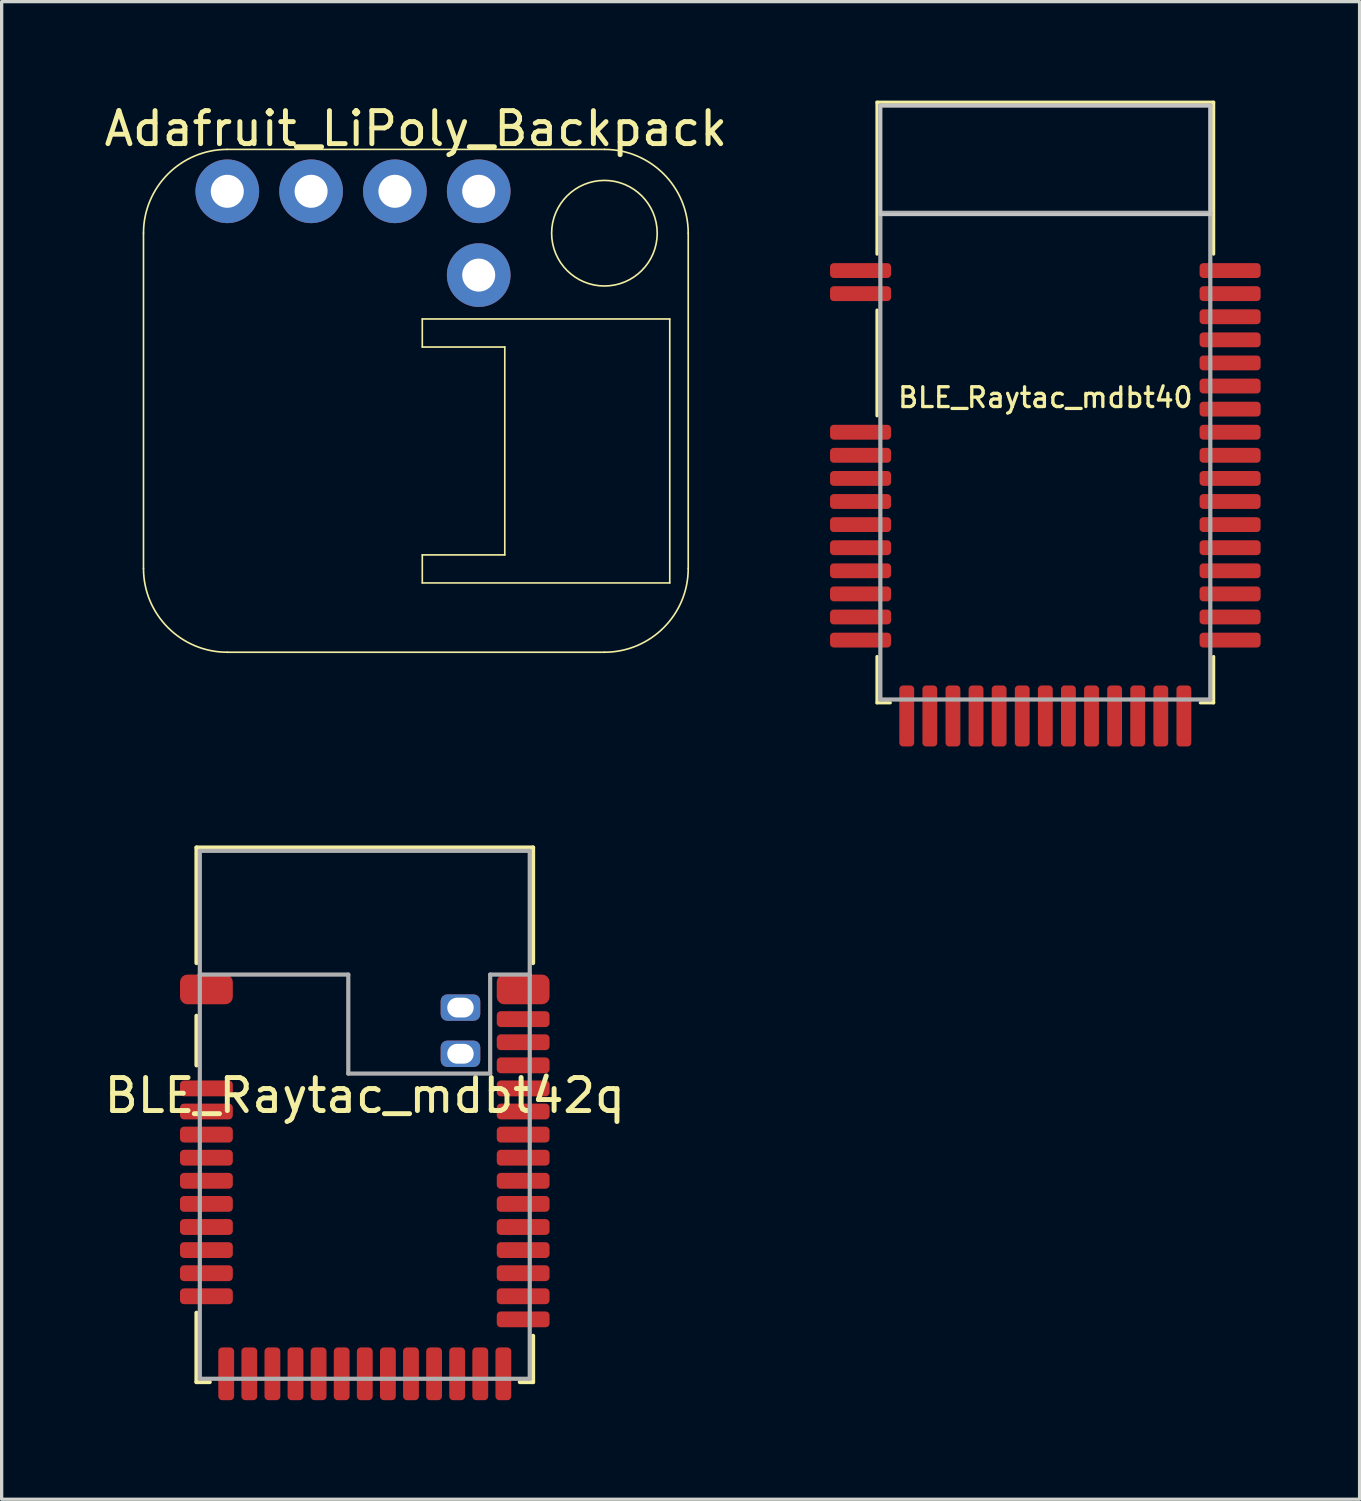
<source format=kicad_pcb>
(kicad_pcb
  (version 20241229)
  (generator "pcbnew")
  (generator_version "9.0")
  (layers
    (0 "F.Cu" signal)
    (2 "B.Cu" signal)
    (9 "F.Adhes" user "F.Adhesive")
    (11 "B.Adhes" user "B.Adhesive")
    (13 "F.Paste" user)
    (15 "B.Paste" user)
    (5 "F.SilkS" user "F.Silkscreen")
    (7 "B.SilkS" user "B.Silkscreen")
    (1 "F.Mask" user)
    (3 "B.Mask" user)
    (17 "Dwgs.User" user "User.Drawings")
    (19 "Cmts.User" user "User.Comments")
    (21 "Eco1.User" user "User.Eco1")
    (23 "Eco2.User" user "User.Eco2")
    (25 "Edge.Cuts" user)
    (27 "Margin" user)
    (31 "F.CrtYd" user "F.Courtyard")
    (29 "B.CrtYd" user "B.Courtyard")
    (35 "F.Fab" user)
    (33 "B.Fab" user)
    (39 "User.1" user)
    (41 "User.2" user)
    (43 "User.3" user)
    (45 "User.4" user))
  (footprint "BLE_Raytac_mdbt42q"
    (layer "F.Cu")
    (at 8.006 30.738)
    (property "Reference" "BLE_Raytac_mdbt42q" (at 0 0 0) (layer "F.SilkS") (effects (font (size 1 1) (thickness 0.15)) (justify bottom)))
    (attr through_hole)
    (fp_line (start -5.1 -8.1) (end 5.1 -8.1) (stroke (width 0.127) (type solid)) (layer "F.SilkS"))
    (fp_line (start -5.1 -4.6) (end -5.1 -8.1) (stroke (width 0.127) (type solid)) (layer "F.SilkS"))
    (fp_line (start -5.1 -3) (end -5.1 -1.5) (stroke (width 0.127) (type solid)) (layer "F.SilkS"))
    (fp_line (start -5.1 8.1) (end -5.1 6) (stroke (width 0.127) (type solid)) (layer "F.SilkS"))
    (fp_line (start -4.7 8.1) (end -5.1 8.1) (stroke (width 0.127) (type solid)) (layer "F.SilkS"))
    (fp_line (start 4.7 8.1) (end 5.1 8.1) (stroke (width 0.127) (type solid)) (layer "F.SilkS"))
    (fp_line (start 5.1 -8.1) (end 5.1 -4.6) (stroke (width 0.127) (type solid)) (layer "F.SilkS"))
    (fp_line (start 5.1 8.1) (end 5.1 6.7) (stroke (width 0.127) (type solid)) (layer "F.SilkS"))
    (fp_line (start -5 -8) (end 5 -8) (stroke (width 0.127) (type solid)) (layer "F.Fab"))
    (fp_line (start -5 -4.25) (end -5 -8) (stroke (width 0.127) (type solid)) (layer "F.Fab"))
    (fp_line (start -5 -4.25) (end -0.5 -4.25) (stroke (width 0.127) (type solid)) (layer "F.Fab"))
    (fp_line (start -5 8) (end -5 -4.25) (stroke (width 0.127) (type solid)) (layer "F.Fab"))
    (fp_line (start -0.5 -4.25) (end -0.5 -1.25) (stroke (width 0.127) (type solid)) (layer "F.Fab"))
    (fp_line (start -0.5 -1.25) (end 3.8 -1.25) (stroke (width 0.127) (type solid)) (layer "F.Fab"))
    (fp_line (start 3.8 -4.25) (end 5 -4.25) (stroke (width 0.127) (type solid)) (layer "F.Fab"))
    (fp_line (start 3.8 -1.25) (end 3.8 -4.25) (stroke (width 0.127) (type solid)) (layer "F.Fab"))
    (fp_line (start 5 -8) (end 5 -4.25) (stroke (width 0.127) (type solid)) (layer "F.Fab"))
    (fp_line (start 5 -4.25) (end 5 8) (stroke (width 0.127) (type solid)) (layer "F.Fab"))
    (fp_line (start 5 8) (end -5 8) (stroke (width 0.127) (type solid)) (layer "F.Fab"))
    (pad "1" smd roundrect (at -4.8 -3.8) (size 1.6 0.9) (layers "F.Cu" "F.Mask" "F.Paste") (roundrect_rratio 0.25))
    (pad "2" smd roundrect (at -4.8 -0.8) (size 1.6 0.48) (layers "F.Cu" "F.Mask" "F.Paste") (roundrect_rratio 0.25))
    (pad "3" smd roundrect (at -4.8 -0.1) (size 1.6 0.48) (layers "F.Cu" "F.Mask" "F.Paste") (roundrect_rratio 0.25))
    (pad "4" smd roundrect (at -4.8 0.6) (size 1.6 0.48) (layers "F.Cu" "F.Mask" "F.Paste") (roundrect_rratio 0.25))
    (pad "5" smd roundrect (at -4.8 1.3) (size 1.6 0.48) (layers "F.Cu" "F.Mask" "F.Paste") (roundrect_rratio 0.25))
    (pad "6" smd roundrect (at -4.8 2) (size 1.6 0.48) (layers "F.Cu" "F.Mask" "F.Paste") (roundrect_rratio 0.25))
    (pad "7" smd roundrect (at -4.8 2.7) (size 1.6 0.48) (layers "F.Cu" "F.Mask" "F.Paste") (roundrect_rratio 0.25))
    (pad "8" smd roundrect (at -4.8 3.4) (size 1.6 0.48) (layers "F.Cu" "F.Mask" "F.Paste") (roundrect_rratio 0.25))
    (pad "9" smd roundrect (at -4.8 4.1) (size 1.6 0.48) (layers "F.Cu" "F.Mask" "F.Paste") (roundrect_rratio 0.25))
    (pad "10" smd roundrect (at -4.8 4.8) (size 1.6 0.48) (layers "F.Cu" "F.Mask" "F.Paste") (roundrect_rratio 0.25))
    (pad "11" smd roundrect (at -4.8 5.5) (size 1.6 0.48) (layers "F.Cu" "F.Mask" "F.Paste") (roundrect_rratio 0.25))
    (pad "12" smd roundrect (at -4.2 7.85 90) (size 1.6 0.48) (layers "F.Cu" "F.Mask" "F.Paste") (roundrect_rratio 0.25))
    (pad "13" smd roundrect (at -3.5 7.85 90) (size 1.6 0.48) (layers "F.Cu" "F.Mask" "F.Paste") (roundrect_rratio 0.25))
    (pad "14" smd roundrect (at -2.8 7.85 90) (size 1.6 0.48) (layers "F.Cu" "F.Mask" "F.Paste") (roundrect_rratio 0.25))
    (pad "15" smd roundrect (at -2.1 7.85 90) (size 1.6 0.48) (layers "F.Cu" "F.Mask" "F.Paste") (roundrect_rratio 0.25))
    (pad "16" smd roundrect (at -1.4 7.85 90) (size 1.6 0.48) (layers "F.Cu" "F.Mask" "F.Paste") (roundrect_rratio 0.25))
    (pad "17" smd roundrect (at -0.7 7.85 90) (size 1.6 0.48) (layers "F.Cu" "F.Mask" "F.Paste") (roundrect_rratio 0.25))
    (pad "18" smd roundrect (at 0 7.85 90) (size 1.6 0.48) (layers "F.Cu" "F.Mask" "F.Paste") (roundrect_rratio 0.25))
    (pad "19" smd roundrect (at 0.7 7.85 90) (size 1.6 0.48) (layers "F.Cu" "F.Mask" "F.Paste") (roundrect_rratio 0.25))
    (pad "20" smd roundrect (at 1.4 7.85 90) (size 1.6 0.48) (layers "F.Cu" "F.Mask" "F.Paste") (roundrect_rratio 0.25))
    (pad "21" smd roundrect (at 2.1 7.85 90) (size 1.6 0.48) (layers "F.Cu" "F.Mask" "F.Paste") (roundrect_rratio 0.25))
    (pad "22" smd roundrect (at 2.8 7.85 90) (size 1.6 0.48) (layers "F.Cu" "F.Mask" "F.Paste") (roundrect_rratio 0.25))
    (pad "23" smd roundrect (at 3.5 7.85 90) (size 1.6 0.48) (layers "F.Cu" "F.Mask" "F.Paste") (roundrect_rratio 0.25))
    (pad "24" smd roundrect (at 4.2 7.85 90) (size 1.6 0.48) (layers "F.Cu" "F.Mask" "F.Paste") (roundrect_rratio 0.25))
    (pad "25" smd roundrect (at 4.8 6.2) (size 1.6 0.48) (layers "F.Cu" "F.Mask" "F.Paste") (roundrect_rratio 0.25))
    (pad "26" smd roundrect (at 4.8 5.5) (size 1.6 0.48) (layers "F.Cu" "F.Mask" "F.Paste") (roundrect_rratio 0.25))
    (pad "27" smd roundrect (at 4.8 4.8) (size 1.6 0.48) (layers "F.Cu" "F.Mask" "F.Paste") (roundrect_rratio 0.25))
    (pad "28" smd roundrect (at 4.8 4.1) (size 1.6 0.48) (layers "F.Cu" "F.Mask" "F.Paste") (roundrect_rratio 0.25))
    (pad "29" smd roundrect (at 4.8 3.4) (size 1.6 0.48) (layers "F.Cu" "F.Mask" "F.Paste") (roundrect_rratio 0.25))
    (pad "30" smd roundrect (at 4.8 2.7) (size 1.6 0.48) (layers "F.Cu" "F.Mask" "F.Paste") (roundrect_rratio 0.25))
    (pad "31" smd roundrect (at 4.8 2) (size 1.6 0.48) (layers "F.Cu" "F.Mask" "F.Paste") (roundrect_rratio 0.25))
    (pad "32" smd roundrect (at 4.8 1.3) (size 1.6 0.48) (layers "F.Cu" "F.Mask" "F.Paste") (roundrect_rratio 0.25))
    (pad "33" smd roundrect (at 4.8 0.6) (size 1.6 0.48) (layers "F.Cu" "F.Mask" "F.Paste") (roundrect_rratio 0.25))
    (pad "34" smd roundrect (at 4.8 -0.1) (size 1.6 0.48) (layers "F.Cu" "F.Mask" "F.Paste") (roundrect_rratio 0.25))
    (pad "35" smd roundrect (at 4.8 -0.8) (size 1.6 0.48) (layers "F.Cu" "F.Mask" "F.Paste") (roundrect_rratio 0.25))
    (pad "36" smd roundrect (at 4.8 -1.5) (size 1.6 0.48) (layers "F.Cu" "F.Mask" "F.Paste") (roundrect_rratio 0.25))
    (pad "37" smd roundrect (at 4.8 -2.2) (size 1.6 0.48) (layers "F.Cu" "F.Mask" "F.Paste") (roundrect_rratio 0.25))
    (pad "38" smd roundrect (at 4.8 -2.9) (size 1.6 0.48) (layers "F.Cu" "F.Mask" "F.Paste") (roundrect_rratio 0.25))
    (pad "39" smd roundrect (at 4.8 -3.8) (size 1.6 0.9) (layers "F.Cu" "F.Mask" "F.Paste") (roundrect_rratio 0.25))
    (pad "40" thru_hole roundrect (at 2.9 -3.25) (size 1.2 0.8) (drill oval 0.8 0.6) (layers "*.Cu" "*.Mask") (roundrect_rratio 0.25))
    (pad "41" thru_hole roundrect (at 2.9 -1.85) (size 1.2 0.8) (drill oval 0.8 0.6) (layers "*.Cu" "*.Mask") (roundrect_rratio 0.25)))
  (footprint "BLE_Raytac_mdbt40"
    (layer "F.Cu")
    (at 28.632 9.15)
    (property "Reference" "BLE_Raytac_mdbt40" (at 0 0.2 0) (layer "F.SilkS") (effects (font (size 0.6 0.6) (thickness 0.1)) (justify bottom)))
    (attr through_hole)
    (fp_line (start -5.1 -9.1) (end 5.1 -9.1) (stroke (width 0.1) (type solid)) (layer "F.SilkS"))
    (fp_line (start -5.1 -4.5) (end -5.1 -9.1) (stroke (width 0.1) (type solid)) (layer "F.SilkS"))
    (fp_line (start -5.1 -2.8) (end -5.1 0.4) (stroke (width 0.1) (type solid)) (layer "F.SilkS"))
    (fp_line (start -5.1 7.7) (end -5.1 9.1) (stroke (width 0.1) (type solid)) (layer "F.SilkS"))
    (fp_line (start -5.1 9.1) (end -4.7 9.1) (stroke (width 0.1) (type solid)) (layer "F.SilkS"))
    (fp_line (start 4.7 9.1) (end 5.1 9.1) (stroke (width 0.1) (type solid)) (layer "F.SilkS"))
    (fp_line (start 5.1 -9.1) (end 5.1 -4.5) (stroke (width 0.1) (type solid)) (layer "F.SilkS"))
    (fp_line (start 5.1 9.1) (end 5.1 7.7) (stroke (width 0.1) (type solid)) (layer "F.SilkS"))
    (fp_poly (pts (xy -5 -5.7) (xy 5 -5.7) (xy 5 -9) (xy -5 -9)) (stroke (width 0.1) (type solid)) (fill no) (layer "Dwgs.User"))
    (fp_line (start -5 -9) (end 5 -9) (stroke (width 0.127) (type solid)) (layer "F.Fab"))
    (fp_line (start -5 -5.75) (end -5 -9) (stroke (width 0.127) (type solid)) (layer "F.Fab"))
    (fp_line (start -5 -5.75) (end 5 -5.75) (stroke (width 0.127) (type solid)) (layer "F.Fab"))
    (fp_line (start -5 9) (end -5 -5.75) (stroke (width 0.127) (type solid)) (layer "F.Fab"))
    (fp_line (start 5 -9) (end 5 -5.75) (stroke (width 0.127) (type solid)) (layer "F.Fab"))
    (fp_line (start 5 -5.75) (end 5 9) (stroke (width 0.127) (type solid)) (layer "F.Fab"))
    (fp_line (start 5 9) (end -5 9) (stroke (width 0.127) (type solid)) (layer "F.Fab"))
    (pad "1" smd roundrect (at -5.6 -4) (size 1.85 0.45) (layers "F.Cu" "F.Mask" "F.Paste") (roundrect_rratio 0.25))
    (pad "2" smd roundrect (at -5.6 -3.3) (size 1.85 0.45) (layers "F.Cu" "F.Mask" "F.Paste") (roundrect_rratio 0.25))
    (pad "3" smd roundrect (at -5.6 0.9) (size 1.85 0.45) (layers "F.Cu" "F.Mask" "F.Paste") (roundrect_rratio 0.25))
    (pad "4" smd roundrect (at -5.6 1.6) (size 1.85 0.45) (layers "F.Cu" "F.Mask" "F.Paste") (roundrect_rratio 0.25))
    (pad "5" smd roundrect (at -5.6 2.3) (size 1.85 0.45) (layers "F.Cu" "F.Mask" "F.Paste") (roundrect_rratio 0.25))
    (pad "6" smd roundrect (at -5.6 3) (size 1.85 0.45) (layers "F.Cu" "F.Mask" "F.Paste") (roundrect_rratio 0.25))
    (pad "7" smd roundrect (at -5.6 3.7) (size 1.85 0.45) (layers "F.Cu" "F.Mask" "F.Paste") (roundrect_rratio 0.25))
    (pad "8" smd roundrect (at -5.6 4.4) (size 1.85 0.45) (layers "F.Cu" "F.Mask" "F.Paste") (roundrect_rratio 0.25))
    (pad "9" smd roundrect (at -5.6 5.1) (size 1.85 0.45) (layers "F.Cu" "F.Mask" "F.Paste") (roundrect_rratio 0.25))
    (pad "10" smd roundrect (at -5.6 5.8) (size 1.85 0.45) (layers "F.Cu" "F.Mask" "F.Paste") (roundrect_rratio 0.25))
    (pad "11" smd roundrect (at -5.6 6.5) (size 1.85 0.45) (layers "F.Cu" "F.Mask" "F.Paste") (roundrect_rratio 0.25))
    (pad "12" smd roundrect (at -5.6 7.2) (size 1.85 0.45) (layers "F.Cu" "F.Mask" "F.Paste") (roundrect_rratio 0.25))
    (pad "13" smd roundrect (at -4.2 9.5 90) (size 1.85 0.45) (layers "F.Cu" "F.Mask" "F.Paste") (roundrect_rratio 0.25))
    (pad "14" smd roundrect (at -3.5 9.5 90) (size 1.85 0.45) (layers "F.Cu" "F.Mask" "F.Paste") (roundrect_rratio 0.25))
    (pad "15" smd roundrect (at -2.8 9.5 90) (size 1.85 0.45) (layers "F.Cu" "F.Mask" "F.Paste") (roundrect_rratio 0.25))
    (pad "16" smd roundrect (at -2.1 9.5 90) (size 1.85 0.45) (layers "F.Cu" "F.Mask" "F.Paste") (roundrect_rratio 0.25))
    (pad "17" smd roundrect (at -1.4 9.5 90) (size 1.85 0.45) (layers "F.Cu" "F.Mask" "F.Paste") (roundrect_rratio 0.25))
    (pad "18" smd roundrect (at -0.7 9.5 90) (size 1.85 0.45) (layers "F.Cu" "F.Mask" "F.Paste") (roundrect_rratio 0.25))
    (pad "19" smd roundrect (at 0 9.5 90) (size 1.85 0.45) (layers "F.Cu" "F.Mask" "F.Paste") (roundrect_rratio 0.25))
    (pad "20" smd roundrect (at 0.7 9.5 90) (size 1.85 0.45) (layers "F.Cu" "F.Mask" "F.Paste") (roundrect_rratio 0.25))
    (pad "21" smd roundrect (at 1.4 9.5 90) (size 1.85 0.45) (layers "F.Cu" "F.Mask" "F.Paste") (roundrect_rratio 0.25))
    (pad "22" smd roundrect (at 2.1 9.5 90) (size 1.85 0.45) (layers "F.Cu" "F.Mask" "F.Paste") (roundrect_rratio 0.25))
    (pad "23" smd roundrect (at 2.8 9.5 90) (size 1.85 0.45) (layers "F.Cu" "F.Mask" "F.Paste") (roundrect_rratio 0.25))
    (pad "24" smd roundrect (at 3.5 9.5 90) (size 1.85 0.45) (layers "F.Cu" "F.Mask" "F.Paste") (roundrect_rratio 0.25))
    (pad "25" smd roundrect (at 4.2 9.5 90) (size 1.85 0.45) (layers "F.Cu" "F.Mask" "F.Paste") (roundrect_rratio 0.25))
    (pad "26" smd roundrect (at 5.6 7.2) (size 1.85 0.45) (layers "F.Cu" "F.Mask" "F.Paste") (roundrect_rratio 0.25))
    (pad "27" smd roundrect (at 5.6 6.5) (size 1.85 0.45) (layers "F.Cu" "F.Mask" "F.Paste") (roundrect_rratio 0.25))
    (pad "28" smd roundrect (at 5.6 5.8) (size 1.85 0.45) (layers "F.Cu" "F.Mask" "F.Paste") (roundrect_rratio 0.25))
    (pad "29" smd roundrect (at 5.6 5.1) (size 1.85 0.45) (layers "F.Cu" "F.Mask" "F.Paste") (roundrect_rratio 0.25))
    (pad "30" smd roundrect (at 5.6 4.4) (size 1.85 0.45) (layers "F.Cu" "F.Mask" "F.Paste") (roundrect_rratio 0.25))
    (pad "31" smd roundrect (at 5.6 3.7) (size 1.85 0.45) (layers "F.Cu" "F.Mask" "F.Paste") (roundrect_rratio 0.25))
    (pad "32" smd roundrect (at 5.6 3) (size 1.85 0.45) (layers "F.Cu" "F.Mask" "F.Paste") (roundrect_rratio 0.25))
    (pad "33" smd roundrect (at 5.6 2.3) (size 1.85 0.45) (layers "F.Cu" "F.Mask" "F.Paste") (roundrect_rratio 0.25))
    (pad "34" smd roundrect (at 5.6 1.6) (size 1.85 0.45) (layers "F.Cu" "F.Mask" "F.Paste") (roundrect_rratio 0.25))
    (pad "35" smd roundrect (at 5.6 0.9) (size 1.85 0.45) (layers "F.Cu" "F.Mask" "F.Paste") (roundrect_rratio 0.25))
    (pad "36" smd roundrect (at 5.6 0.2) (size 1.85 0.45) (layers "F.Cu" "F.Mask" "F.Paste") (roundrect_rratio 0.25))
    (pad "37" smd roundrect (at 5.6 -0.5) (size 1.85 0.45) (layers "F.Cu" "F.Mask" "F.Paste") (roundrect_rratio 0.25))
    (pad "38" smd roundrect (at 5.6 -1.2) (size 1.85 0.45) (layers "F.Cu" "F.Mask" "F.Paste") (roundrect_rratio 0.25))
    (pad "39" smd roundrect (at 5.6 -1.9) (size 1.85 0.45) (layers "F.Cu" "F.Mask" "F.Paste") (roundrect_rratio 0.25))
    (pad "40" smd roundrect (at 5.6 -2.6) (size 1.85 0.45) (layers "F.Cu" "F.Mask" "F.Paste") (roundrect_rratio 0.25))
    (pad "41" smd roundrect (at 5.6 -3.3) (size 1.85 0.45) (layers "F.Cu" "F.Mask" "F.Paste") (roundrect_rratio 0.25))
    (pad "42" smd roundrect (at 5.6 -4) (size 1.85 0.45) (layers "F.Cu" "F.Mask" "F.Paste") (roundrect_rratio 0.25)))
  (footprint "Adafruit_LiPoly_Backpack"
    (layer "F.Cu")
    (at 9.554 9.098)
    (property "Reference" "Adafruit_LiPoly_Backpack" (at 0 -8.25 0) (layer "F.SilkS") (effects (font (size 1 1) (thickness 0.15))))
    (attr through_hole)
    (fp_line (start -8.255 -5.08) (end -8.255 5.08) (stroke (width 0.05) (type solid)) (layer "F.SilkS"))
    (fp_line (start -5.715 -7.62) (end 5.715 -7.62) (stroke (width 0.05) (type solid)) (layer "F.SilkS"))
    (fp_line (start -5.715 7.62) (end 5.715 7.62) (stroke (width 0.05) (type solid)) (layer "F.SilkS"))
    (fp_line (start 0.195 -2.48) (end 0.195 -1.63) (stroke (width 0.05) (type solid)) (layer "F.SilkS"))
    (fp_line (start 0.195 -2.48) (end 7.695 -2.48) (stroke (width 0.05) (type solid)) (layer "F.SilkS"))
    (fp_line (start 0.195 -1.63) (end 2.695 -1.63) (stroke (width 0.05) (type solid)) (layer "F.SilkS"))
    (fp_line (start 0.195 4.67) (end 0.195 5.52) (stroke (width 0.05) (type solid)) (layer "F.SilkS"))
    (fp_line (start 0.195 4.67) (end 2.695 4.67) (stroke (width 0.05) (type solid)) (layer "F.SilkS"))
    (fp_line (start 2.695 -1.63) (end 2.695 4.67) (stroke (width 0.05) (type solid)) (layer "F.SilkS"))
    (fp_line (start 7.695 -2.48) (end 7.695 5.52) (stroke (width 0.05) (type solid)) (layer "F.SilkS"))
    (fp_line (start 7.695 5.52) (end 0.195 5.52) (stroke (width 0.05) (type solid)) (layer "F.SilkS"))
    (fp_line (start 8.255 -5.08) (end 8.255 5.08) (stroke (width 0.05) (type solid)) (layer "F.SilkS"))
    (fp_arc (start -8.255 -5.08) (mid -7.511051 -6.876051) (end -5.715 -7.62) (stroke (width 0.05) (type solid)) (layer "F.SilkS"))
    (fp_arc (start -5.715 7.62) (mid -7.511051 6.876051) (end -8.255 5.08) (stroke (width 0.05) (type solid)) (layer "F.SilkS"))
    (fp_arc (start 5.715 -7.62) (mid 7.511051 -6.876051) (end 8.255 -5.08) (stroke (width 0.05) (type solid)) (layer "F.SilkS"))
    (fp_arc (start 8.255 5.08) (mid 7.511051 6.876051) (end 5.715 7.62) (stroke (width 0.05) (type solid)) (layer "F.SilkS"))
    (fp_circle (center 5.715 -5.08) (end 7.315 -5.08) (stroke (width 0.05) (type solid)) (fill no) (layer "F.SilkS"))
    (pad "1" thru_hole circle (at -5.715 -6.35 90) (size 1.93 1.93) (drill 1) (layers "*.Cu" "*.Mask"))
    (pad "2" thru_hole circle (at -3.175 -6.35 90) (size 1.93 1.93) (drill 1) (layers "*.Cu" "*.Mask"))
    (pad "3" thru_hole circle (at -0.635 -6.35 90) (size 1.93 1.93) (drill 1) (layers "*.Cu" "*.Mask"))
    (pad "4" thru_hole circle (at 1.905 -6.35 90) (size 1.93 1.93) (drill 1) (layers "*.Cu" "*.Mask"))
    (pad "5" thru_hole circle (at 1.905 -3.81 90) (size 1.93 1.93) (drill 1) (layers "*.Cu" "*.Mask")))
  (gr_rect
    (start -3 -3)
    (end 38.157 42.389)
    (stroke (width 0.1) (type default))
    (fill no)
    (layer "Edge.Cuts")))
</source>
